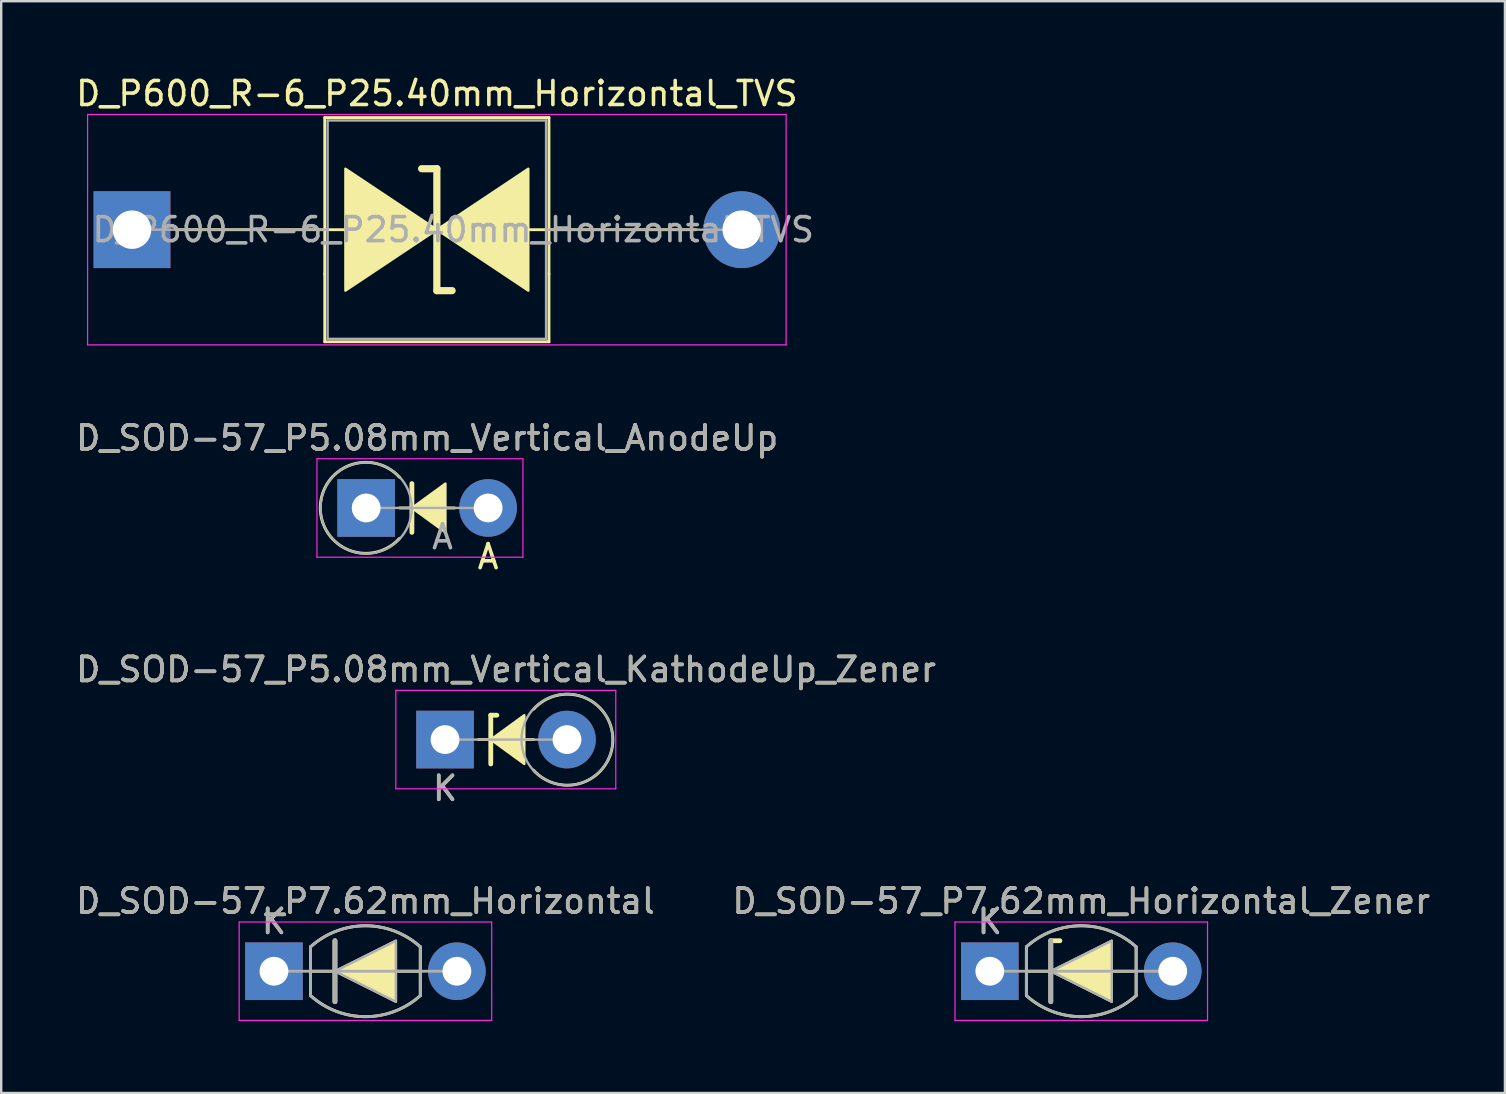
<source format=kicad_pcb>
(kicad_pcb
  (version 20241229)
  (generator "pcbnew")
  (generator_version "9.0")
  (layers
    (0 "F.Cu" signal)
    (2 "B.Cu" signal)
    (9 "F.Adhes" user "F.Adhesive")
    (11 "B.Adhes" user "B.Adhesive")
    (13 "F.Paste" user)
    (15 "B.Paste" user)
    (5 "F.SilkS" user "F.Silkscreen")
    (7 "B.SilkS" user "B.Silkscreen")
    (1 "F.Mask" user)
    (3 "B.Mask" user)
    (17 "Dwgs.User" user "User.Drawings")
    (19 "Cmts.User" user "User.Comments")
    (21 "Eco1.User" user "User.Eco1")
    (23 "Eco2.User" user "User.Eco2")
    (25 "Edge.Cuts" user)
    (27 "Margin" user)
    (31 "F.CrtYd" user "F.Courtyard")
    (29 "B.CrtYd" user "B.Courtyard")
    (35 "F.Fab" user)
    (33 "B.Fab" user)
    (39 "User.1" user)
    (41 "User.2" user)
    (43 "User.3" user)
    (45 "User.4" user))
  (footprint "D_SOD-57_P5.08mm_Vertical_AnodeUp"
    (layer "F.Cu")
    (at 12.204 18.111)
    (property "Reference" "D_SOD-57_P5.08mm_Vertical_AnodeUp" (at 2.54 -2.92 0) (layer "F.SilkS") (effects (font (size 1 1) (thickness 0.15))))
    (attr through_hole)
    (fp_line (start 1.397 0) (end 2.413 0) (stroke (width 0.12) (type solid)) (layer "F.SilkS"))
    (fp_line (start 1.905 -1.016) (end 1.905 1.016) (stroke (width 0.2) (type solid)) (layer "F.SilkS"))
    (fp_line (start 1.92 0) (end 3.683 0) (stroke (width 0.12) (type solid)) (layer "F.SilkS"))
    (fp_arc (start 1.391322 1.264874) (mid -1.912067 -0.009969) (end 1.397 -1.27) (stroke (width 0.12) (type solid)) (layer "F.SilkS"))
    (fp_poly (pts (xy 3.302 1.016) (xy 1.905 0) (xy 3.302 -1.016)) (stroke (width 0.1) (type solid)) (fill yes) (layer "F.SilkS"))
    (fp_line (start -2.05 -2.05) (end -2.05 2.05) (stroke (width 0.05) (type solid)) (layer "F.CrtYd"))
    (fp_line (start -2.05 2.05) (end 6.53 2.05) (stroke (width 0.05) (type solid)) (layer "F.CrtYd"))
    (fp_line (start 6.53 -2.05) (end -2.05 -2.05) (stroke (width 0.05) (type solid)) (layer "F.CrtYd"))
    (fp_line (start 6.53 2.05) (end 6.53 -2.05) (stroke (width 0.05) (type solid)) (layer "F.CrtYd"))
    (fp_line (start 0 0) (end 5.08 0) (stroke (width 0.1) (type solid)) (layer "F.Fab"))
    (fp_circle (center 0 0) (end 1.9 0) (stroke (width 0.1) (type solid)) (fill no) (layer "F.Fab"))
    (fp_text user "A" (at 5.08 2.032 0) (layer "F.SilkS") (effects (font (size 1 1) (thickness 0.15))))
    (fp_text user "A" (at 3.18 1.2 0) (layer "F.Fab") (effects (font (size 1 1) (thickness 0.15))))
    (fp_text user "${REFERENCE}" (at 2.54 -2.92 0) (layer "F.Fab") (effects (font (size 1 1) (thickness 0.15))))
    (pad "1" thru_hole rect (at 0 0) (size 2.4 2.4) (drill 1.2) (layers "*.Cu" "*.Mask"))
    (pad "2" thru_hole oval (at 5.08 0) (size 2.4 2.4) (drill 1.2) (layers "*.Cu" "*.Mask")))
  (footprint "D_P600_R-6_P25.40mm_Horizontal_TVS"
    (layer "F.Cu")
    (at 2.449 6.518)
    (property "Reference" "D_P600_R-6_P25.40mm_Horizontal_TVS" (at 12.7 -5.67 0) (layer "F.SilkS") (effects (font (size 1 1) (thickness 0.15))))
    (attr through_hole)
    (fp_line (start 1.905 0) (end 8.89 0) (stroke (width 0.12) (type solid)) (layer "F.SilkS"))
    (fp_line (start 8.03 -4.67) (end 17.37 -4.67) (stroke (width 0.12) (type solid)) (layer "F.SilkS"))
    (fp_line (start 8.03 1.84) (end 8.03 -4.67) (stroke (width 0.12) (type solid)) (layer "F.SilkS"))
    (fp_line (start 8.03 1.84) (end 8.03 4.67) (stroke (width 0.12) (type solid)) (layer "F.SilkS"))
    (fp_line (start 8.03 4.67) (end 17.37 4.67) (stroke (width 0.12) (type solid)) (layer "F.SilkS"))
    (fp_line (start 12.7 -2.54) (end 12.065 -2.54) (stroke (width 0.3) (type solid)) (layer "F.SilkS"))
    (fp_line (start 12.7 2.54) (end 12.7 -2.54) (stroke (width 0.3) (type solid)) (layer "F.SilkS"))
    (fp_line (start 13.335 2.54) (end 12.7 2.54) (stroke (width 0.3) (type solid)) (layer "F.SilkS"))
    (fp_line (start 17.37 -4.67) (end 17.37 1.84) (stroke (width 0.12) (type solid)) (layer "F.SilkS"))
    (fp_line (start 17.37 4.67) (end 17.37 1.84) (stroke (width 0.12) (type solid)) (layer "F.SilkS"))
    (fp_line (start 23.495 0) (end 16.51 0) (stroke (width 0.12) (type solid)) (layer "F.SilkS"))
    (fp_poly (pts (xy 12.7 0) (xy 8.89 2.54) (xy 8.89 -2.54)) (stroke (width 0.1) (type solid)) (fill yes) (layer "F.SilkS"))
    (fp_poly (pts (xy 12.7 0) (xy 16.51 -2.54) (xy 16.51 2.54)) (stroke (width 0.1) (type solid)) (fill yes) (layer "F.SilkS"))
    (fp_line (start -1.85 -4.8) (end -1.85 4.8) (stroke (width 0.05) (type solid)) (layer "F.CrtYd"))
    (fp_line (start -1.85 4.8) (end 27.25 4.8) (stroke (width 0.05) (type solid)) (layer "F.CrtYd"))
    (fp_line (start 27.25 -4.8) (end -1.85 -4.8) (stroke (width 0.05) (type solid)) (layer "F.CrtYd"))
    (fp_line (start 27.25 4.8) (end 27.25 -4.8) (stroke (width 0.05) (type solid)) (layer "F.CrtYd"))
    (fp_line (start 0 0) (end 8.15 0) (stroke (width 0.1) (type solid)) (layer "F.Fab"))
    (fp_line (start 8.15 -4.55) (end 8.15 4.55) (stroke (width 0.1) (type solid)) (layer "F.Fab"))
    (fp_line (start 8.15 4.55) (end 17.25 4.55) (stroke (width 0.1) (type solid)) (layer "F.Fab"))
    (fp_line (start 17.25 -4.55) (end 8.15 -4.55) (stroke (width 0.1) (type solid)) (layer "F.Fab"))
    (fp_line (start 17.25 4.55) (end 17.25 -4.55) (stroke (width 0.1) (type solid)) (layer "F.Fab"))
    (fp_line (start 25.4 0) (end 17.25 0) (stroke (width 0.1) (type solid)) (layer "F.Fab"))
    (fp_text user "${REFERENCE}" (at 13.383 0 0) (layer "F.Fab") (effects (font (size 1 1) (thickness 0.15))))
    (pad "1" thru_hole rect (at 0 0) (size 3.2 3.2) (drill 1.6) (layers "*.Cu" "*.Mask"))
    (pad "2" thru_hole oval (at 25.4 0) (size 3.2 3.2) (drill 1.6) (layers "*.Cu" "*.Mask")))
  (footprint "D_SOD-57_P5.08mm_Vertical_KathodeUp_Zener"
    (layer "F.Cu")
    (at 15.49 27.76)
    (property "Reference" "D_SOD-57_P5.08mm_Vertical_KathodeUp_Zener" (at 2.54 -2.92 0) (layer "F.SilkS") (effects (font (size 1 1) (thickness 0.15))))
    (attr through_hole)
    (fp_line (start 1.397 0) (end 2.413 0) (stroke (width 0.12) (type solid)) (layer "F.SilkS"))
    (fp_line (start 1.905 -1.016) (end 1.905 1.016) (stroke (width 0.2) (type solid)) (layer "F.SilkS"))
    (fp_line (start 1.905 -1.016) (end 2.159 -1.016) (stroke (width 0.2) (type solid)) (layer "F.SilkS"))
    (fp_line (start 1.92 0) (end 3.683 0) (stroke (width 0.12) (type solid)) (layer "F.SilkS"))
    (fp_arc (start 3.688678 -1.264874) (mid 6.992067 0.009969) (end 3.683 1.27) (stroke (width 0.12) (type solid)) (layer "F.SilkS"))
    (fp_poly (pts (xy 3.302 1.016) (xy 1.905 0) (xy 3.302 -1.016)) (stroke (width 0.1) (type solid)) (fill yes) (layer "F.SilkS"))
    (fp_line (start -2.05 -2.05) (end -2.05 2.05) (stroke (width 0.05) (type solid)) (layer "F.CrtYd"))
    (fp_line (start -2.05 2.05) (end 7.112 2.05) (stroke (width 0.05) (type solid)) (layer "F.CrtYd"))
    (fp_line (start 7.112 -2.05) (end -2.05 -2.05) (stroke (width 0.05) (type solid)) (layer "F.CrtYd"))
    (fp_line (start 7.112 2.05) (end 7.112 -2.05) (stroke (width 0.05) (type solid)) (layer "F.CrtYd"))
    (fp_line (start 0 0) (end 5.08 0) (stroke (width 0.1) (type solid)) (layer "F.Fab"))
    (fp_circle (center 5.085 0) (end 6.985 0) (stroke (width 0.1) (type solid)) (fill no) (layer "F.Fab"))
    (fp_text user "K" (at 0 2.032 0) (layer "F.SilkS") (effects (font (size 1 1) (thickness 0.15))))
    (fp_text user "${REFERENCE}" (at 2.54 -2.92 0) (layer "F.Fab") (effects (font (size 1 1) (thickness 0.15))))
    (fp_text user "K" (at 0 2.032 0) (layer "F.Fab") (effects (font (size 1 1) (thickness 0.15))))
    (pad "1" thru_hole rect (at 0 0) (size 2.4 2.4) (drill 1.2) (layers "*.Cu" "*.Mask"))
    (pad "2" thru_hole oval (at 5.08 0) (size 2.4 2.4) (drill 1.2) (layers "*.Cu" "*.Mask")))
  (footprint "D_SOD-57_P7.62mm_Horizontal"
    (layer "F.Cu")
    (at 8.363 37.41)
    (property "Reference" "D_SOD-57_P7.62mm_Horizontal" (at 3.81 -2.92 0) (layer "F.SilkS") (effects (font (size 1 1) (thickness 0.15))))
    (attr through_hole)
    (fp_line (start 1.524 -1.016) (end 1.524 1.016) (stroke (width 0.12) (type solid)) (layer "F.SilkS"))
    (fp_line (start 1.524 0) (end 6.096 0) (stroke (width 0.12) (type solid)) (layer "F.SilkS"))
    (fp_line (start 2.54 1.27) (end 2.54 -1.27) (stroke (width 0.2) (type solid)) (layer "F.SilkS"))
    (fp_line (start 6.096 -1.016) (end 6.096 1.016) (stroke (width 0.12) (type solid)) (layer "F.SilkS"))
    (fp_arc (start 1.524 -1.016) (mid 3.809999 -1.89322) (end 6.095998 -1.016) (stroke (width 0.12) (type solid)) (layer "F.SilkS"))
    (fp_arc (start 6.096 1.016) (mid 3.810001 1.89322) (end 1.524002 1.016) (stroke (width 0.12) (type solid)) (layer "F.SilkS"))
    (fp_poly (pts (xy 5.08 1.27) (xy 2.54 0) (xy 5.08 -1.27)) (stroke (width 0.1) (type solid)) (fill yes) (layer "F.SilkS"))
    (fp_line (start -1.45 -2.05) (end -1.45 2.05) (stroke (width 0.05) (type solid)) (layer "F.CrtYd"))
    (fp_line (start -1.45 2.05) (end 9.07 2.05) (stroke (width 0.05) (type solid)) (layer "F.CrtYd"))
    (fp_line (start 9.07 -2.05) (end -1.45 -2.05) (stroke (width 0.05) (type solid)) (layer "F.CrtYd"))
    (fp_line (start 9.07 2.05) (end 9.07 -2.05) (stroke (width 0.05) (type solid)) (layer "F.CrtYd"))
    (fp_line (start 0.254 0) (end 7.366 0) (stroke (width 0.12) (type solid)) (layer "F.Fab"))
    (fp_line (start 1.524 -1.016) (end 1.524 1.016) (stroke (width 0.12) (type solid)) (layer "F.Fab"))
    (fp_line (start 2.54 1.27) (end 2.54 -1.27) (stroke (width 0.2) (type solid)) (layer "F.Fab"))
    (fp_line (start 6.096 -1.016) (end 6.096 1.016) (stroke (width 0.12) (type solid)) (layer "F.Fab"))
    (fp_arc (start 1.524 -1.016) (mid 3.81037 -1.894241) (end 6.097132 -1.017021) (stroke (width 0.12) (type solid)) (layer "F.Fab"))
    (fp_arc (start 6.097134 1.014979) (mid 3.810764 1.89322) (end 1.524002 1.016) (stroke (width 0.12) (type solid)) (layer "F.Fab"))
    (fp_poly (pts (xy 5.08 1.27) (xy 2.54 0) (xy 5.08 -1.27)) (stroke (width 0.1) (type solid)) (fill no) (layer "F.Fab"))
    (fp_text user "K" (at 0 -2.073 0) (layer "F.SilkS") (effects (font (size 1 1) (thickness 0.15))))
    (fp_text user "K" (at 0 -2.073 0) (layer "F.Fab") (effects (font (size 1 1) (thickness 0.15))))
    (fp_text user "${REFERENCE}" (at 3.81 -2.921 0) (layer "F.Fab") (effects (font (size 1 1) (thickness 0.15))))
    (pad "1" thru_hole rect (at 0 0) (size 2.4 2.4) (drill 1.2) (layers "*.Cu" "*.Mask"))
    (pad "2" thru_hole oval (at 7.62 0) (size 2.4 2.4) (drill 1.2) (layers "*.Cu" "*.Mask")))
  (footprint "D_SOD-57_P7.62mm_Horizontal_Zener"
    (layer "F.Cu")
    (at 38.184 37.41)
    (property "Reference" "D_SOD-57_P7.62mm_Horizontal_Zener" (at 3.81 -2.92 0) (layer "F.SilkS") (effects (font (size 1 1) (thickness 0.15))))
    (attr through_hole)
    (fp_line (start 1.524 -1.016) (end 1.524 1.016) (stroke (width 0.12) (type solid)) (layer "F.SilkS"))
    (fp_line (start 1.524 0) (end 6.096 0) (stroke (width 0.12) (type solid)) (layer "F.SilkS"))
    (fp_line (start 2.54 -1.27) (end 2.921 -1.27) (stroke (width 0.2) (type solid)) (layer "F.SilkS"))
    (fp_line (start 2.54 1.27) (end 2.54 -1.27) (stroke (width 0.2) (type solid)) (layer "F.SilkS"))
    (fp_line (start 6.096 -1.016) (end 6.096 1.016) (stroke (width 0.12) (type solid)) (layer "F.SilkS"))
    (fp_arc (start 1.524 -1.016) (mid 3.809999 -1.89322) (end 6.095998 -1.016) (stroke (width 0.12) (type solid)) (layer "F.SilkS"))
    (fp_arc (start 6.096 1.016) (mid 3.810001 1.89322) (end 1.524002 1.016) (stroke (width 0.12) (type solid)) (layer "F.SilkS"))
    (fp_poly (pts (xy 5.08 1.27) (xy 2.54 0) (xy 5.08 -1.27)) (stroke (width 0.1) (type solid)) (fill yes) (layer "F.SilkS"))
    (fp_line (start -1.45 -2.05) (end -1.45 2.05) (stroke (width 0.05) (type solid)) (layer "F.CrtYd"))
    (fp_line (start -1.45 2.05) (end 9.07 2.05) (stroke (width 0.05) (type solid)) (layer "F.CrtYd"))
    (fp_line (start 9.07 -2.05) (end -1.45 -2.05) (stroke (width 0.05) (type solid)) (layer "F.CrtYd"))
    (fp_line (start 9.07 2.05) (end 9.07 -2.05) (stroke (width 0.05) (type solid)) (layer "F.CrtYd"))
    (fp_line (start 0.254 0) (end 7.366 0) (stroke (width 0.12) (type solid)) (layer "F.Fab"))
    (fp_line (start 1.524 -1.016) (end 1.524 1.016) (stroke (width 0.12) (type solid)) (layer "F.Fab"))
    (fp_line (start 2.54 1.27) (end 2.54 -1.27) (stroke (width 0.2) (type solid)) (layer "F.Fab"))
    (fp_line (start 6.096 -1.016) (end 6.096 1.016) (stroke (width 0.12) (type solid)) (layer "F.Fab"))
    (fp_arc (start 1.524 -1.016) (mid 3.81037 -1.894241) (end 6.097132 -1.017021) (stroke (width 0.12) (type solid)) (layer "F.Fab"))
    (fp_arc (start 6.097134 1.014979) (mid 3.810764 1.89322) (end 1.524002 1.016) (stroke (width 0.12) (type solid)) (layer "F.Fab"))
    (fp_poly (pts (xy 5.08 1.27) (xy 2.54 0) (xy 5.08 -1.27)) (stroke (width 0.1) (type solid)) (fill no) (layer "F.Fab"))
    (fp_text user "K" (at 0 -2.073 0) (layer "F.SilkS") (effects (font (size 1 1) (thickness 0.15))))
    (fp_text user "${REFERENCE}" (at 3.81 -2.921 0) (layer "F.Fab") (effects (font (size 1 1) (thickness 0.15))))
    (fp_text user "K" (at 0 -2.073 0) (layer "F.Fab") (effects (font (size 1 1) (thickness 0.15))))
    (pad "1" thru_hole rect (at 0 0) (size 2.4 2.4) (drill 1.2) (layers "*.Cu" "*.Mask"))
    (pad "2" thru_hole oval (at 7.62 0) (size 2.4 2.4) (drill 1.2) (layers "*.Cu" "*.Mask")))
  (gr_rect
    (start -3 -3)
    (end 59.643 42.484)
    (stroke (width 0.1) (type default))
    (fill no)
    (layer "Edge.Cuts")))
</source>
